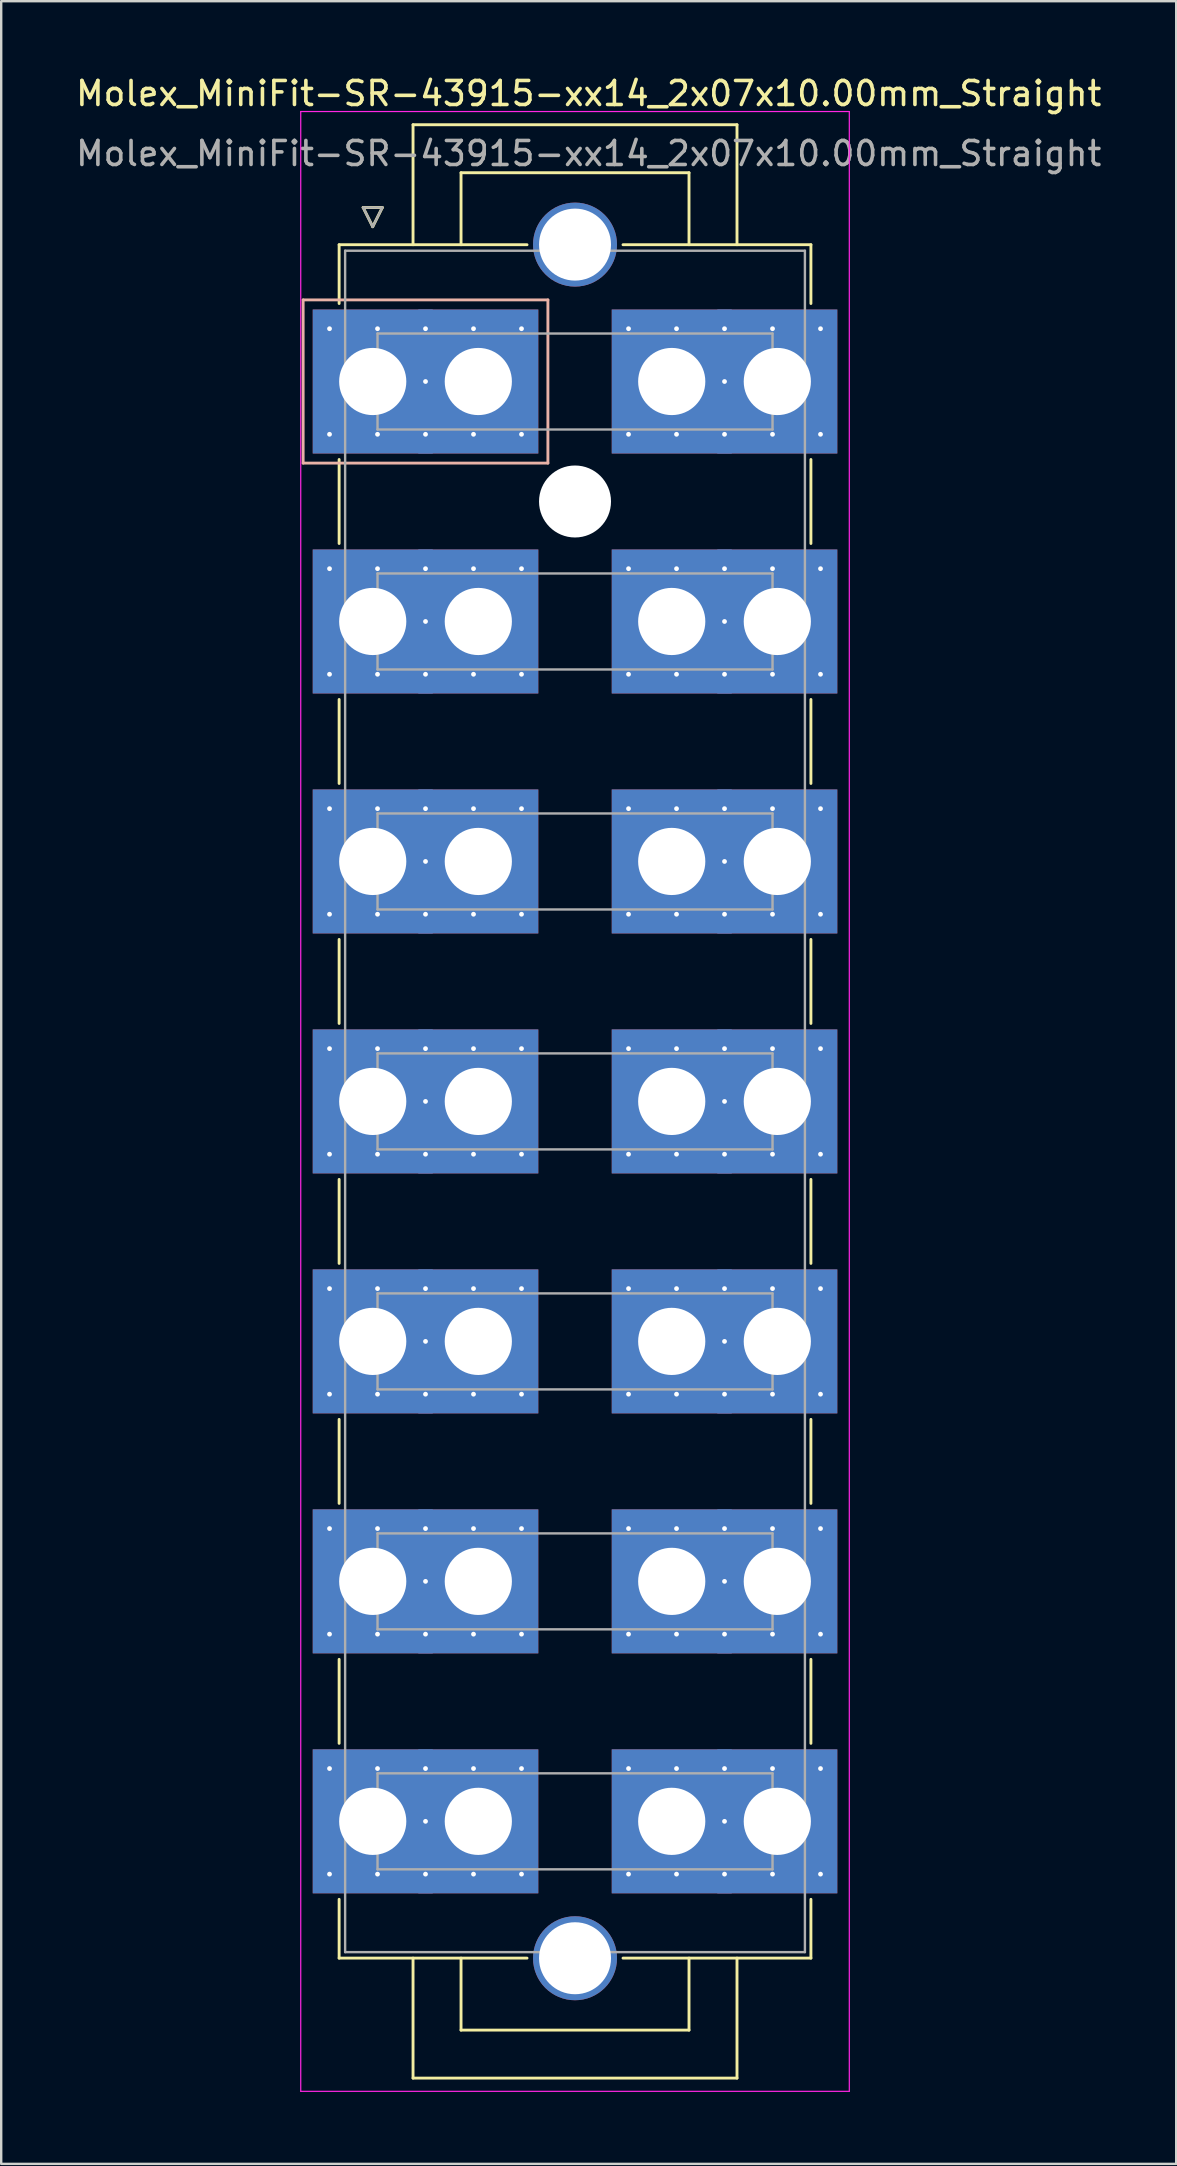
<source format=kicad_pcb>
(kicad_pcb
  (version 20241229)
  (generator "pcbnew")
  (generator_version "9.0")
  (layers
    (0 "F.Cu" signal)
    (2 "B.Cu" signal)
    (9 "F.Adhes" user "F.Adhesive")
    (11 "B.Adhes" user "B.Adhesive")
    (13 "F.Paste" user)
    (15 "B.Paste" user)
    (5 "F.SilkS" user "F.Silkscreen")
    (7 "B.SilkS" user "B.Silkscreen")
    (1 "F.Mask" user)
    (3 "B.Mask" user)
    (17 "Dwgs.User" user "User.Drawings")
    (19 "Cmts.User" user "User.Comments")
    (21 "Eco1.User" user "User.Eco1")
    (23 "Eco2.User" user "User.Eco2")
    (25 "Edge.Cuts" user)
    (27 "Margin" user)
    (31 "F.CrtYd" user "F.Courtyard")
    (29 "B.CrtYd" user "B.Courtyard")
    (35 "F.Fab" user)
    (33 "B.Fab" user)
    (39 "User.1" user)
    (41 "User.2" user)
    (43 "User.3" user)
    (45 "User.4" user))
  (footprint "Molex_MiniFit-SR-43915-xx14_2x07x10.00mm_Straight"
    (layer "F.Cu")
    (at 12.482 12.848)
    (property "Reference" "Molex_MiniFit-SR-43915-xx14_2x07x10.00mm_Straight" (at 9 -12 0) (layer "F.SilkS") (effects (font (size 1 1) (thickness 0.15))))
    (attr through_hole)
    (fp_line (start -1.4 -5.7) (end 6.43 -5.7) (stroke (width 0.12) (type solid)) (layer "F.SilkS"))
    (fp_line (start -1.4 -3.25) (end -1.4 -5.7) (stroke (width 0.12) (type solid)) (layer "F.SilkS"))
    (fp_line (start -1.4 3.25) (end -1.4 6.75) (stroke (width 0.12) (type solid)) (layer "F.SilkS"))
    (fp_line (start -1.4 13.25) (end -1.4 16.75) (stroke (width 0.12) (type solid)) (layer "F.SilkS"))
    (fp_line (start -1.4 23.25) (end -1.4 26.75) (stroke (width 0.12) (type solid)) (layer "F.SilkS"))
    (fp_line (start -1.4 33.25) (end -1.4 36.75) (stroke (width 0.12) (type solid)) (layer "F.SilkS"))
    (fp_line (start -1.4 43.25) (end -1.4 46.75) (stroke (width 0.12) (type solid)) (layer "F.SilkS"))
    (fp_line (start -1.4 53.25) (end -1.4 56.75) (stroke (width 0.12) (type solid)) (layer "F.SilkS"))
    (fp_line (start -1.4 63.25) (end -1.4 65.7) (stroke (width 0.12) (type solid)) (layer "F.SilkS"))
    (fp_line (start -1.4 65.7) (end 6.43 65.7) (stroke (width 0.12) (type solid)) (layer "F.SilkS"))
    (fp_line (start -0.4 -7.25) (end 0 -6.45) (stroke (width 0.12) (type solid)) (layer "F.SilkS"))
    (fp_line (start 0 -6.45) (end 0.4 -7.25) (stroke (width 0.12) (type solid)) (layer "F.SilkS"))
    (fp_line (start 0.4 -7.25) (end -0.4 -7.25) (stroke (width 0.12) (type solid)) (layer "F.SilkS"))
    (fp_line (start 1.68 -10.7) (end 1.68 -5.7) (stroke (width 0.12) (type solid)) (layer "F.SilkS"))
    (fp_line (start 1.68 70.7) (end 1.68 65.7) (stroke (width 0.12) (type solid)) (layer "F.SilkS"))
    (fp_line (start 3.68 -8.7) (end 3.68 -5.7) (stroke (width 0.12) (type solid)) (layer "F.SilkS"))
    (fp_line (start 3.68 68.7) (end 3.68 65.7) (stroke (width 0.12) (type solid)) (layer "F.SilkS"))
    (fp_line (start 13.18 -8.7) (end 3.68 -8.7) (stroke (width 0.12) (type solid)) (layer "F.SilkS"))
    (fp_line (start 13.18 -5.7) (end 13.18 -8.7) (stroke (width 0.12) (type solid)) (layer "F.SilkS"))
    (fp_line (start 13.18 65.7) (end 13.18 68.7) (stroke (width 0.12) (type solid)) (layer "F.SilkS"))
    (fp_line (start 13.18 68.7) (end 3.68 68.7) (stroke (width 0.12) (type solid)) (layer "F.SilkS"))
    (fp_line (start 15.18 -10.7) (end 1.68 -10.7) (stroke (width 0.12) (type solid)) (layer "F.SilkS"))
    (fp_line (start 15.18 -5.7) (end 15.18 -10.7) (stroke (width 0.12) (type solid)) (layer "F.SilkS"))
    (fp_line (start 15.18 65.7) (end 15.18 70.7) (stroke (width 0.12) (type solid)) (layer "F.SilkS"))
    (fp_line (start 15.18 70.7) (end 1.68 70.7) (stroke (width 0.12) (type solid)) (layer "F.SilkS"))
    (fp_line (start 18.26 -5.7) (end 10.43 -5.7) (stroke (width 0.12) (type solid)) (layer "F.SilkS"))
    (fp_line (start 18.26 -3.25) (end 18.26 -5.7) (stroke (width 0.12) (type solid)) (layer "F.SilkS"))
    (fp_line (start 18.26 3.25) (end 18.26 6.75) (stroke (width 0.12) (type solid)) (layer "F.SilkS"))
    (fp_line (start 18.26 13.25) (end 18.26 16.75) (stroke (width 0.12) (type solid)) (layer "F.SilkS"))
    (fp_line (start 18.26 23.25) (end 18.26 26.75) (stroke (width 0.12) (type solid)) (layer "F.SilkS"))
    (fp_line (start 18.26 33.25) (end 18.26 36.75) (stroke (width 0.12) (type solid)) (layer "F.SilkS"))
    (fp_line (start 18.26 43.25) (end 18.26 46.75) (stroke (width 0.12) (type solid)) (layer "F.SilkS"))
    (fp_line (start 18.26 53.25) (end 18.26 56.75) (stroke (width 0.12) (type solid)) (layer "F.SilkS"))
    (fp_line (start 18.26 63.25) (end 18.26 65.7) (stroke (width 0.12) (type solid)) (layer "F.SilkS"))
    (fp_line (start 18.26 65.7) (end 10.43 65.7) (stroke (width 0.12) (type solid)) (layer "F.SilkS"))
    (fp_line (start -2.9 -3.4) (end -2.9 3.4) (stroke (width 0.12) (type solid)) (layer "B.SilkS"))
    (fp_line (start -2.9 3.4) (end 7.3 3.4) (stroke (width 0.12) (type solid)) (layer "B.SilkS"))
    (fp_line (start 7.3 -3.4) (end -2.9 -3.4) (stroke (width 0.12) (type solid)) (layer "B.SilkS"))
    (fp_line (start 7.3 3.4) (end 7.3 -3.4) (stroke (width 0.12) (type solid)) (layer "B.SilkS"))
    (fp_line (start -3 -11.25) (end -3 71.25) (stroke (width 0.05) (type solid)) (layer "F.CrtYd"))
    (fp_line (start -3 71.25) (end 19.86 71.25) (stroke (width 0.05) (type solid)) (layer "F.CrtYd"))
    (fp_line (start 19.86 -11.25) (end -3 -11.25) (stroke (width 0.05) (type solid)) (layer "F.CrtYd"))
    (fp_line (start 19.86 71.25) (end 19.86 -11.25) (stroke (width 0.05) (type solid)) (layer "F.CrtYd"))
    (fp_line (start -1.15 -5.45) (end -1.15 65.45) (stroke (width 0.1) (type solid)) (layer "F.Fab"))
    (fp_line (start -1.15 65.45) (end 18.01 65.45) (stroke (width 0.1) (type solid)) (layer "F.Fab"))
    (fp_line (start -0.4 -7.25) (end 0 -6.45) (stroke (width 0.1) (type solid)) (layer "F.Fab"))
    (fp_line (start 0 -6.45) (end 0.4 -7.25) (stroke (width 0.1) (type solid)) (layer "F.Fab"))
    (fp_line (start 0.2 -2) (end 0.2 2) (stroke (width 0.1) (type solid)) (layer "F.Fab"))
    (fp_line (start 0.2 2) (end 16.66 2) (stroke (width 0.1) (type solid)) (layer "F.Fab"))
    (fp_line (start 0.2 8) (end 0.2 12) (stroke (width 0.1) (type solid)) (layer "F.Fab"))
    (fp_line (start 0.2 12) (end 16.66 12) (stroke (width 0.1) (type solid)) (layer "F.Fab"))
    (fp_line (start 0.2 18) (end 0.2 22) (stroke (width 0.1) (type solid)) (layer "F.Fab"))
    (fp_line (start 0.2 22) (end 16.66 22) (stroke (width 0.1) (type solid)) (layer "F.Fab"))
    (fp_line (start 0.2 28) (end 0.2 32) (stroke (width 0.1) (type solid)) (layer "F.Fab"))
    (fp_line (start 0.2 32) (end 16.66 32) (stroke (width 0.1) (type solid)) (layer "F.Fab"))
    (fp_line (start 0.2 38) (end 0.2 42) (stroke (width 0.1) (type solid)) (layer "F.Fab"))
    (fp_line (start 0.2 42) (end 16.66 42) (stroke (width 0.1) (type solid)) (layer "F.Fab"))
    (fp_line (start 0.2 48) (end 0.2 52) (stroke (width 0.1) (type solid)) (layer "F.Fab"))
    (fp_line (start 0.2 52) (end 16.66 52) (stroke (width 0.1) (type solid)) (layer "F.Fab"))
    (fp_line (start 0.2 58) (end 0.2 62) (stroke (width 0.1) (type solid)) (layer "F.Fab"))
    (fp_line (start 0.2 62) (end 16.66 62) (stroke (width 0.1) (type solid)) (layer "F.Fab"))
    (fp_line (start 0.4 -7.25) (end -0.4 -7.25) (stroke (width 0.1) (type solid)) (layer "F.Fab"))
    (fp_line (start 16.66 -2) (end 0.2 -2) (stroke (width 0.1) (type solid)) (layer "F.Fab"))
    (fp_line (start 16.66 2) (end 16.66 -2) (stroke (width 0.1) (type solid)) (layer "F.Fab"))
    (fp_line (start 16.66 8) (end 0.2 8) (stroke (width 0.1) (type solid)) (layer "F.Fab"))
    (fp_line (start 16.66 12) (end 16.66 8) (stroke (width 0.1) (type solid)) (layer "F.Fab"))
    (fp_line (start 16.66 18) (end 0.2 18) (stroke (width 0.1) (type solid)) (layer "F.Fab"))
    (fp_line (start 16.66 22) (end 16.66 18) (stroke (width 0.1) (type solid)) (layer "F.Fab"))
    (fp_line (start 16.66 28) (end 0.2 28) (stroke (width 0.1) (type solid)) (layer "F.Fab"))
    (fp_line (start 16.66 32) (end 16.66 28) (stroke (width 0.1) (type solid)) (layer "F.Fab"))
    (fp_line (start 16.66 38) (end 0.2 38) (stroke (width 0.1) (type solid)) (layer "F.Fab"))
    (fp_line (start 16.66 42) (end 16.66 38) (stroke (width 0.1) (type solid)) (layer "F.Fab"))
    (fp_line (start 16.66 48) (end 0.2 48) (stroke (width 0.1) (type solid)) (layer "F.Fab"))
    (fp_line (start 16.66 52) (end 16.66 48) (stroke (width 0.1) (type solid)) (layer "F.Fab"))
    (fp_line (start 16.66 58) (end 0.2 58) (stroke (width 0.1) (type solid)) (layer "F.Fab"))
    (fp_line (start 16.66 62) (end 16.66 58) (stroke (width 0.1) (type solid)) (layer "F.Fab"))
    (fp_line (start 18.01 -5.45) (end -1.15 -5.45) (stroke (width 0.1) (type solid)) (layer "F.Fab"))
    (fp_line (start 18.01 65.45) (end 18.01 -5.45) (stroke (width 0.1) (type solid)) (layer "F.Fab"))
    (fp_text user "${REFERENCE}" (at 9 -9.5 0) (layer "F.Fab") (effects (font (size 1 1) (thickness 0.15))))
    (pad "" thru_hole circle (at 2.2 0 270) (size 0.5 0.5) (drill 0.2) (layers "*.Cu" "*.Mask"))
    (pad "" thru_hole circle (at 2.2 10 270) (size 0.5 0.5) (drill 0.2) (layers "*.Cu" "*.Mask"))
    (pad "" thru_hole circle (at 2.2 20 270) (size 0.5 0.5) (drill 0.2) (layers "*.Cu" "*.Mask"))
    (pad "" thru_hole circle (at 2.2 30 270) (size 0.5 0.5) (drill 0.2) (layers "*.Cu" "*.Mask"))
    (pad "" thru_hole circle (at 2.2 40 270) (size 0.5 0.5) (drill 0.2) (layers "*.Cu" "*.Mask"))
    (pad "" thru_hole circle (at 2.2 50 270) (size 0.5 0.5) (drill 0.2) (layers "*.Cu" "*.Mask"))
    (pad "" thru_hole circle (at 2.2 60 270) (size 0.5 0.5) (drill 0.2) (layers "*.Cu" "*.Mask"))
    (pad "" thru_hole circle (at 8.43 -5.705 270) (size 3.5 3.5) (drill 3) (layers "*.Cu" "*.Mask"))
    (pad "" np_thru_hole circle (at 8.43 5 270) (size 3 3) (drill 3) (layers "*.Cu" "*.Mask"))
    (pad "" thru_hole circle (at 8.43 65.705 270) (size 3.5 3.5) (drill 3) (layers "*.Cu" "*.Mask"))
    (pad "" thru_hole circle (at 14.66 0 270) (size 0.5 0.5) (drill 0.2) (layers "*.Cu" "*.Mask"))
    (pad "" thru_hole circle (at 14.66 10 270) (size 0.5 0.5) (drill 0.2) (layers "*.Cu" "*.Mask"))
    (pad "" thru_hole circle (at 14.66 20 270) (size 0.5 0.5) (drill 0.2) (layers "*.Cu" "*.Mask"))
    (pad "" thru_hole circle (at 14.66 30 270) (size 0.5 0.5) (drill 0.2) (layers "*.Cu" "*.Mask"))
    (pad "" thru_hole circle (at 14.66 40 270) (size 0.5 0.5) (drill 0.2) (layers "*.Cu" "*.Mask"))
    (pad "" thru_hole circle (at 14.66 50 270) (size 0.5 0.5) (drill 0.2) (layers "*.Cu" "*.Mask"))
    (pad "" thru_hole circle (at 14.66 60 270) (size 0.5 0.5) (drill 0.2) (layers "*.Cu" "*.Mask"))
    (pad "1" thru_hole rect (at -1.8 -2.2 270) (size 0.5 0.5) (drill 0.2) (layers "*.Cu" "*.Mask"))
    (pad "1" thru_hole rect (at -1.8 2.2 270) (size 0.5 0.5) (drill 0.2) (layers "*.Cu" "*.Mask"))
    (pad "1" thru_hole rect (at 0 0 270) (size 6 5) (drill 2.8) (layers "*.Cu" "*.Mask"))
    (pad "1" thru_hole rect (at 0.2 -2.2 270) (size 0.5 0.5) (drill 0.2) (layers "*.Cu" "*.Mask"))
    (pad "1" thru_hole rect (at 0.2 2.2 270) (size 0.5 0.5) (drill 0.2) (layers "*.Cu" "*.Mask"))
    (pad "1" thru_hole rect (at 2.2 -2.2 270) (size 0.5 0.5) (drill 0.2) (layers "*.Cu" "*.Mask"))
    (pad "1" thru_hole rect (at 2.2 2.2 270) (size 0.5 0.5) (drill 0.2) (layers "*.Cu" "*.Mask"))
    (pad "1" thru_hole rect (at 4.2 -2.2 270) (size 0.5 0.5) (drill 0.2) (layers "*.Cu" "*.Mask"))
    (pad "1" thru_hole rect (at 4.2 2.2 270) (size 0.5 0.5) (drill 0.2) (layers "*.Cu" "*.Mask"))
    (pad "1" thru_hole rect (at 4.4 0 270) (size 6 5) (drill 2.8) (layers "*.Cu" "*.Mask"))
    (pad "1" thru_hole rect (at 6.2 -2.2 270) (size 0.5 0.5) (drill 0.2) (layers "*.Cu" "*.Mask"))
    (pad "1" thru_hole rect (at 6.2 2.2 270) (size 0.5 0.5) (drill 0.2) (layers "*.Cu" "*.Mask"))
    (pad "2" thru_hole circle (at 10.66 -2.2 270) (size 0.5 0.5) (drill 0.2) (layers "*.Cu" "*.Mask"))
    (pad "2" thru_hole circle (at 10.66 2.2 270) (size 0.5 0.5) (drill 0.2) (layers "*.Cu" "*.Mask"))
    (pad "2" thru_hole rect (at 12.46 0 270) (size 6 5) (drill 2.8) (layers "*.Cu" "*.Mask"))
    (pad "2" thru_hole circle (at 12.66 -2.2 270) (size 0.5 0.5) (drill 0.2) (layers "*.Cu" "*.Mask"))
    (pad "2" thru_hole circle (at 12.66 2.2 270) (size 0.5 0.5) (drill 0.2) (layers "*.Cu" "*.Mask"))
    (pad "2" thru_hole circle (at 14.66 -2.2 270) (size 0.5 0.5) (drill 0.2) (layers "*.Cu" "*.Mask"))
    (pad "2" thru_hole circle (at 14.66 2.2 270) (size 0.5 0.5) (drill 0.2) (layers "*.Cu" "*.Mask"))
    (pad "2" thru_hole circle (at 16.66 -2.2 270) (size 0.5 0.5) (drill 0.2) (layers "*.Cu" "*.Mask"))
    (pad "2" thru_hole circle (at 16.66 2.2 270) (size 0.5 0.5) (drill 0.2) (layers "*.Cu" "*.Mask"))
    (pad "2" thru_hole rect (at 16.86 0 270) (size 6 5) (drill 2.8) (layers "*.Cu" "*.Mask"))
    (pad "2" thru_hole circle (at 18.66 -2.2 270) (size 0.5 0.5) (drill 0.2) (layers "*.Cu" "*.Mask"))
    (pad "2" thru_hole circle (at 18.66 2.2 270) (size 0.5 0.5) (drill 0.2) (layers "*.Cu" "*.Mask"))
    (pad "3" thru_hole circle (at -1.8 7.8 270) (size 0.5 0.5) (drill 0.2) (layers "*.Cu" "*.Mask"))
    (pad "3" thru_hole circle (at -1.8 12.2 270) (size 0.5 0.5) (drill 0.2) (layers "*.Cu" "*.Mask"))
    (pad "3" thru_hole rect (at 0 10 270) (size 6 5) (drill 2.8) (layers "*.Cu" "*.Mask"))
    (pad "3" thru_hole circle (at 0.2 7.8 270) (size 0.5 0.5) (drill 0.2) (layers "*.Cu" "*.Mask"))
    (pad "3" thru_hole circle (at 0.2 12.2 270) (size 0.5 0.5) (drill 0.2) (layers "*.Cu" "*.Mask"))
    (pad "3" thru_hole circle (at 2.2 7.8 270) (size 0.5 0.5) (drill 0.2) (layers "*.Cu" "*.Mask"))
    (pad "3" thru_hole circle (at 2.2 12.2 270) (size 0.5 0.5) (drill 0.2) (layers "*.Cu" "*.Mask"))
    (pad "3" thru_hole circle (at 4.2 7.8 270) (size 0.5 0.5) (drill 0.2) (layers "*.Cu" "*.Mask"))
    (pad "3" thru_hole circle (at 4.2 12.2 270) (size 0.5 0.5) (drill 0.2) (layers "*.Cu" "*.Mask"))
    (pad "3" thru_hole rect (at 4.4 10 270) (size 6 5) (drill 2.8) (layers "*.Cu" "*.Mask"))
    (pad "3" thru_hole circle (at 6.2 7.8 270) (size 0.5 0.5) (drill 0.2) (layers "*.Cu" "*.Mask"))
    (pad "3" thru_hole circle (at 6.2 12.2 270) (size 0.5 0.5) (drill 0.2) (layers "*.Cu" "*.Mask"))
    (pad "4" thru_hole circle (at 10.66 7.8 270) (size 0.5 0.5) (drill 0.2) (layers "*.Cu" "*.Mask"))
    (pad "4" thru_hole circle (at 10.66 12.2 270) (size 0.5 0.5) (drill 0.2) (layers "*.Cu" "*.Mask"))
    (pad "4" thru_hole rect (at 12.46 10 270) (size 6 5) (drill 2.8) (layers "*.Cu" "*.Mask"))
    (pad "4" thru_hole circle (at 12.66 7.8 270) (size 0.5 0.5) (drill 0.2) (layers "*.Cu" "*.Mask"))
    (pad "4" thru_hole circle (at 12.66 12.2 270) (size 0.5 0.5) (drill 0.2) (layers "*.Cu" "*.Mask"))
    (pad "4" thru_hole circle (at 14.66 7.8 270) (size 0.5 0.5) (drill 0.2) (layers "*.Cu" "*.Mask"))
    (pad "4" thru_hole circle (at 14.66 12.2 270) (size 0.5 0.5) (drill 0.2) (layers "*.Cu" "*.Mask"))
    (pad "4" thru_hole circle (at 16.66 7.8 270) (size 0.5 0.5) (drill 0.2) (layers "*.Cu" "*.Mask"))
    (pad "4" thru_hole circle (at 16.66 12.2 270) (size 0.5 0.5) (drill 0.2) (layers "*.Cu" "*.Mask"))
    (pad "4" thru_hole rect (at 16.86 10 270) (size 6 5) (drill 2.8) (layers "*.Cu" "*.Mask"))
    (pad "4" thru_hole circle (at 18.66 7.8 270) (size 0.5 0.5) (drill 0.2) (layers "*.Cu" "*.Mask"))
    (pad "4" thru_hole circle (at 18.66 12.2 270) (size 0.5 0.5) (drill 0.2) (layers "*.Cu" "*.Mask"))
    (pad "5" thru_hole circle (at -1.8 17.8 270) (size 0.5 0.5) (drill 0.2) (layers "*.Cu" "*.Mask"))
    (pad "5" thru_hole circle (at -1.8 22.2 270) (size 0.5 0.5) (drill 0.2) (layers "*.Cu" "*.Mask"))
    (pad "5" thru_hole rect (at 0 20 270) (size 6 5) (drill 2.8) (layers "*.Cu" "*.Mask"))
    (pad "5" thru_hole circle (at 0.2 17.8 270) (size 0.5 0.5) (drill 0.2) (layers "*.Cu" "*.Mask"))
    (pad "5" thru_hole circle (at 0.2 22.2 270) (size 0.5 0.5) (drill 0.2) (layers "*.Cu" "*.Mask"))
    (pad "5" thru_hole circle (at 2.2 17.8 270) (size 0.5 0.5) (drill 0.2) (layers "*.Cu" "*.Mask"))
    (pad "5" thru_hole circle (at 2.2 22.2 270) (size 0.5 0.5) (drill 0.2) (layers "*.Cu" "*.Mask"))
    (pad "5" thru_hole circle (at 4.2 17.8 270) (size 0.5 0.5) (drill 0.2) (layers "*.Cu" "*.Mask"))
    (pad "5" thru_hole circle (at 4.2 22.2 270) (size 0.5 0.5) (drill 0.2) (layers "*.Cu" "*.Mask"))
    (pad "5" thru_hole rect (at 4.4 20 270) (size 6 5) (drill 2.8) (layers "*.Cu" "*.Mask"))
    (pad "5" thru_hole circle (at 6.2 17.8 270) (size 0.5 0.5) (drill 0.2) (layers "*.Cu" "*.Mask"))
    (pad "5" thru_hole circle (at 6.2 22.2 270) (size 0.5 0.5) (drill 0.2) (layers "*.Cu" "*.Mask"))
    (pad "6" thru_hole circle (at 10.66 17.8 270) (size 0.5 0.5) (drill 0.2) (layers "*.Cu" "*.Mask"))
    (pad "6" thru_hole circle (at 10.66 22.2 270) (size 0.5 0.5) (drill 0.2) (layers "*.Cu" "*.Mask"))
    (pad "6" thru_hole rect (at 12.46 20 270) (size 6 5) (drill 2.8) (layers "*.Cu" "*.Mask"))
    (pad "6" thru_hole circle (at 12.66 17.8 270) (size 0.5 0.5) (drill 0.2) (layers "*.Cu" "*.Mask"))
    (pad "6" thru_hole circle (at 12.66 22.2 270) (size 0.5 0.5) (drill 0.2) (layers "*.Cu" "*.Mask"))
    (pad "6" thru_hole circle (at 14.66 17.8 270) (size 0.5 0.5) (drill 0.2) (layers "*.Cu" "*.Mask"))
    (pad "6" thru_hole circle (at 14.66 22.2 270) (size 0.5 0.5) (drill 0.2) (layers "*.Cu" "*.Mask"))
    (pad "6" thru_hole circle (at 16.66 17.8 270) (size 0.5 0.5) (drill 0.2) (layers "*.Cu" "*.Mask"))
    (pad "6" thru_hole circle (at 16.66 22.2 270) (size 0.5 0.5) (drill 0.2) (layers "*.Cu" "*.Mask"))
    (pad "6" thru_hole rect (at 16.86 20 270) (size 6 5) (drill 2.8) (layers "*.Cu" "*.Mask"))
    (pad "6" thru_hole circle (at 18.66 17.8 270) (size 0.5 0.5) (drill 0.2) (layers "*.Cu" "*.Mask"))
    (pad "6" thru_hole circle (at 18.66 22.2 270) (size 0.5 0.5) (drill 0.2) (layers "*.Cu" "*.Mask"))
    (pad "7" thru_hole circle (at -1.8 27.8 270) (size 0.5 0.5) (drill 0.2) (layers "*.Cu" "*.Mask"))
    (pad "7" thru_hole circle (at -1.8 32.2 270) (size 0.5 0.5) (drill 0.2) (layers "*.Cu" "*.Mask"))
    (pad "7" thru_hole rect (at 0 30 270) (size 6 5) (drill 2.8) (layers "*.Cu" "*.Mask"))
    (pad "7" thru_hole circle (at 0.2 27.8 270) (size 0.5 0.5) (drill 0.2) (layers "*.Cu" "*.Mask"))
    (pad "7" thru_hole circle (at 0.2 32.2 270) (size 0.5 0.5) (drill 0.2) (layers "*.Cu" "*.Mask"))
    (pad "7" thru_hole circle (at 2.2 27.8 270) (size 0.5 0.5) (drill 0.2) (layers "*.Cu" "*.Mask"))
    (pad "7" thru_hole circle (at 2.2 32.2 270) (size 0.5 0.5) (drill 0.2) (layers "*.Cu" "*.Mask"))
    (pad "7" thru_hole circle (at 4.2 27.8 270) (size 0.5 0.5) (drill 0.2) (layers "*.Cu" "*.Mask"))
    (pad "7" thru_hole circle (at 4.2 32.2 270) (size 0.5 0.5) (drill 0.2) (layers "*.Cu" "*.Mask"))
    (pad "7" thru_hole rect (at 4.4 30 270) (size 6 5) (drill 2.8) (layers "*.Cu" "*.Mask"))
    (pad "7" thru_hole circle (at 6.2 27.8 270) (size 0.5 0.5) (drill 0.2) (layers "*.Cu" "*.Mask"))
    (pad "7" thru_hole circle (at 6.2 32.2 270) (size 0.5 0.5) (drill 0.2) (layers "*.Cu" "*.Mask"))
    (pad "8" thru_hole circle (at 10.66 27.8 270) (size 0.5 0.5) (drill 0.2) (layers "*.Cu" "*.Mask"))
    (pad "8" thru_hole circle (at 10.66 32.2 270) (size 0.5 0.5) (drill 0.2) (layers "*.Cu" "*.Mask"))
    (pad "8" thru_hole rect (at 12.46 30 270) (size 6 5) (drill 2.8) (layers "*.Cu" "*.Mask"))
    (pad "8" thru_hole circle (at 12.66 27.8 270) (size 0.5 0.5) (drill 0.2) (layers "*.Cu" "*.Mask"))
    (pad "8" thru_hole circle (at 12.66 32.2 270) (size 0.5 0.5) (drill 0.2) (layers "*.Cu" "*.Mask"))
    (pad "8" thru_hole circle (at 14.66 27.8 270) (size 0.5 0.5) (drill 0.2) (layers "*.Cu" "*.Mask"))
    (pad "8" thru_hole circle (at 14.66 32.2 270) (size 0.5 0.5) (drill 0.2) (layers "*.Cu" "*.Mask"))
    (pad "8" thru_hole circle (at 16.66 27.8 270) (size 0.5 0.5) (drill 0.2) (layers "*.Cu" "*.Mask"))
    (pad "8" thru_hole circle (at 16.66 32.2 270) (size 0.5 0.5) (drill 0.2) (layers "*.Cu" "*.Mask"))
    (pad "8" thru_hole rect (at 16.86 30 270) (size 6 5) (drill 2.8) (layers "*.Cu" "*.Mask"))
    (pad "8" thru_hole circle (at 18.66 27.8 270) (size 0.5 0.5) (drill 0.2) (layers "*.Cu" "*.Mask"))
    (pad "8" thru_hole circle (at 18.66 32.2 270) (size 0.5 0.5) (drill 0.2) (layers "*.Cu" "*.Mask"))
    (pad "9" thru_hole circle (at -1.8 37.8 270) (size 0.5 0.5) (drill 0.2) (layers "*.Cu" "*.Mask"))
    (pad "9" thru_hole circle (at -1.8 42.2 270) (size 0.5 0.5) (drill 0.2) (layers "*.Cu" "*.Mask"))
    (pad "9" thru_hole rect (at 0 40 270) (size 6 5) (drill 2.8) (layers "*.Cu" "*.Mask"))
    (pad "9" thru_hole circle (at 0.2 37.8 270) (size 0.5 0.5) (drill 0.2) (layers "*.Cu" "*.Mask"))
    (pad "9" thru_hole circle (at 0.2 42.2 270) (size 0.5 0.5) (drill 0.2) (layers "*.Cu" "*.Mask"))
    (pad "9" thru_hole circle (at 2.2 37.8 270) (size 0.5 0.5) (drill 0.2) (layers "*.Cu" "*.Mask"))
    (pad "9" thru_hole circle (at 2.2 42.2 270) (size 0.5 0.5) (drill 0.2) (layers "*.Cu" "*.Mask"))
    (pad "9" thru_hole circle (at 4.2 37.8 270) (size 0.5 0.5) (drill 0.2) (layers "*.Cu" "*.Mask"))
    (pad "9" thru_hole circle (at 4.2 42.2 270) (size 0.5 0.5) (drill 0.2) (layers "*.Cu" "*.Mask"))
    (pad "9" thru_hole rect (at 4.4 40 270) (size 6 5) (drill 2.8) (layers "*.Cu" "*.Mask"))
    (pad "9" thru_hole circle (at 6.2 37.8 270) (size 0.5 0.5) (drill 0.2) (layers "*.Cu" "*.Mask"))
    (pad "9" thru_hole circle (at 6.2 42.2 270) (size 0.5 0.5) (drill 0.2) (layers "*.Cu" "*.Mask"))
    (pad "10" thru_hole circle (at 10.66 37.8 270) (size 0.5 0.5) (drill 0.2) (layers "*.Cu" "*.Mask"))
    (pad "10" thru_hole circle (at 10.66 42.2 270) (size 0.5 0.5) (drill 0.2) (layers "*.Cu" "*.Mask"))
    (pad "10" thru_hole rect (at 12.46 40 270) (size 6 5) (drill 2.8) (layers "*.Cu" "*.Mask"))
    (pad "10" thru_hole circle (at 12.66 37.8 270) (size 0.5 0.5) (drill 0.2) (layers "*.Cu" "*.Mask"))
    (pad "10" thru_hole circle (at 12.66 42.2 270) (size 0.5 0.5) (drill 0.2) (layers "*.Cu" "*.Mask"))
    (pad "10" thru_hole circle (at 14.66 37.8 270) (size 0.5 0.5) (drill 0.2) (layers "*.Cu" "*.Mask"))
    (pad "10" thru_hole circle (at 14.66 42.2 270) (size 0.5 0.5) (drill 0.2) (layers "*.Cu" "*.Mask"))
    (pad "10" thru_hole circle (at 16.66 37.8 270) (size 0.5 0.5) (drill 0.2) (layers "*.Cu" "*.Mask"))
    (pad "10" thru_hole circle (at 16.66 42.2 270) (size 0.5 0.5) (drill 0.2) (layers "*.Cu" "*.Mask"))
    (pad "10" thru_hole rect (at 16.86 40 270) (size 6 5) (drill 2.8) (layers "*.Cu" "*.Mask"))
    (pad "10" thru_hole circle (at 18.66 37.8 270) (size 0.5 0.5) (drill 0.2) (layers "*.Cu" "*.Mask"))
    (pad "10" thru_hole circle (at 18.66 42.2 270) (size 0.5 0.5) (drill 0.2) (layers "*.Cu" "*.Mask"))
    (pad "11" thru_hole circle (at -1.8 47.8 270) (size 0.5 0.5) (drill 0.2) (layers "*.Cu" "*.Mask"))
    (pad "11" thru_hole circle (at -1.8 52.2 270) (size 0.5 0.5) (drill 0.2) (layers "*.Cu" "*.Mask"))
    (pad "11" thru_hole rect (at 0 50 270) (size 6 5) (drill 2.8) (layers "*.Cu" "*.Mask"))
    (pad "11" thru_hole circle (at 0.2 47.8 270) (size 0.5 0.5) (drill 0.2) (layers "*.Cu" "*.Mask"))
    (pad "11" thru_hole circle (at 0.2 52.2 270) (size 0.5 0.5) (drill 0.2) (layers "*.Cu" "*.Mask"))
    (pad "11" thru_hole circle (at 2.2 47.8 270) (size 0.5 0.5) (drill 0.2) (layers "*.Cu" "*.Mask"))
    (pad "11" thru_hole circle (at 2.2 52.2 270) (size 0.5 0.5) (drill 0.2) (layers "*.Cu" "*.Mask"))
    (pad "11" thru_hole circle (at 4.2 47.8 270) (size 0.5 0.5) (drill 0.2) (layers "*.Cu" "*.Mask"))
    (pad "11" thru_hole circle (at 4.2 52.2 270) (size 0.5 0.5) (drill 0.2) (layers "*.Cu" "*.Mask"))
    (pad "11" thru_hole rect (at 4.4 50 270) (size 6 5) (drill 2.8) (layers "*.Cu" "*.Mask"))
    (pad "11" thru_hole circle (at 6.2 47.8 270) (size 0.5 0.5) (drill 0.2) (layers "*.Cu" "*.Mask"))
    (pad "11" thru_hole circle (at 6.2 52.2 270) (size 0.5 0.5) (drill 0.2) (layers "*.Cu" "*.Mask"))
    (pad "12" thru_hole circle (at 10.66 47.8 270) (size 0.5 0.5) (drill 0.2) (layers "*.Cu" "*.Mask"))
    (pad "12" thru_hole circle (at 10.66 52.2 270) (size 0.5 0.5) (drill 0.2) (layers "*.Cu" "*.Mask"))
    (pad "12" thru_hole rect (at 12.46 50 270) (size 6 5) (drill 2.8) (layers "*.Cu" "*.Mask"))
    (pad "12" thru_hole circle (at 12.66 47.8 270) (size 0.5 0.5) (drill 0.2) (layers "*.Cu" "*.Mask"))
    (pad "12" thru_hole circle (at 12.66 52.2 270) (size 0.5 0.5) (drill 0.2) (layers "*.Cu" "*.Mask"))
    (pad "12" thru_hole circle (at 14.66 47.8 270) (size 0.5 0.5) (drill 0.2) (layers "*.Cu" "*.Mask"))
    (pad "12" thru_hole circle (at 14.66 52.2 270) (size 0.5 0.5) (drill 0.2) (layers "*.Cu" "*.Mask"))
    (pad "12" thru_hole circle (at 16.66 47.8 270) (size 0.5 0.5) (drill 0.2) (layers "*.Cu" "*.Mask"))
    (pad "12" thru_hole circle (at 16.66 52.2 270) (size 0.5 0.5) (drill 0.2) (layers "*.Cu" "*.Mask"))
    (pad "12" thru_hole rect (at 16.86 50 270) (size 6 5) (drill 2.8) (layers "*.Cu" "*.Mask"))
    (pad "12" thru_hole circle (at 18.66 47.8 270) (size 0.5 0.5) (drill 0.2) (layers "*.Cu" "*.Mask"))
    (pad "12" thru_hole circle (at 18.66 52.2 270) (size 0.5 0.5) (drill 0.2) (layers "*.Cu" "*.Mask"))
    (pad "13" thru_hole circle (at -1.8 57.8 270) (size 0.5 0.5) (drill 0.2) (layers "*.Cu" "*.Mask"))
    (pad "13" thru_hole circle (at -1.8 62.2 270) (size 0.5 0.5) (drill 0.2) (layers "*.Cu" "*.Mask"))
    (pad "13" thru_hole rect (at 0 60 270) (size 6 5) (drill 2.8) (layers "*.Cu" "*.Mask"))
    (pad "13" thru_hole circle (at 0.2 57.8 270) (size 0.5 0.5) (drill 0.2) (layers "*.Cu" "*.Mask"))
    (pad "13" thru_hole circle (at 0.2 62.2 270) (size 0.5 0.5) (drill 0.2) (layers "*.Cu" "*.Mask"))
    (pad "13" thru_hole circle (at 2.2 57.8 270) (size 0.5 0.5) (drill 0.2) (layers "*.Cu" "*.Mask"))
    (pad "13" thru_hole circle (at 2.2 62.2 270) (size 0.5 0.5) (drill 0.2) (layers "*.Cu" "*.Mask"))
    (pad "13" thru_hole circle (at 4.2 57.8 270) (size 0.5 0.5) (drill 0.2) (layers "*.Cu" "*.Mask"))
    (pad "13" thru_hole circle (at 4.2 62.2 270) (size 0.5 0.5) (drill 0.2) (layers "*.Cu" "*.Mask"))
    (pad "13" thru_hole rect (at 4.4 60 270) (size 6 5) (drill 2.8) (layers "*.Cu" "*.Mask"))
    (pad "13" thru_hole circle (at 6.2 57.8 270) (size 0.5 0.5) (drill 0.2) (layers "*.Cu" "*.Mask"))
    (pad "13" thru_hole circle (at 6.2 62.2 270) (size 0.5 0.5) (drill 0.2) (layers "*.Cu" "*.Mask"))
    (pad "14" thru_hole circle (at 10.66 57.8 270) (size 0.5 0.5) (drill 0.2) (layers "*.Cu" "*.Mask"))
    (pad "14" thru_hole circle (at 10.66 62.2 270) (size 0.5 0.5) (drill 0.2) (layers "*.Cu" "*.Mask"))
    (pad "14" thru_hole rect (at 12.46 60 270) (size 6 5) (drill 2.8) (layers "*.Cu" "*.Mask"))
    (pad "14" thru_hole circle (at 12.66 57.8 270) (size 0.5 0.5) (drill 0.2) (layers "*.Cu" "*.Mask"))
    (pad "14" thru_hole circle (at 12.66 62.2 270) (size 0.5 0.5) (drill 0.2) (layers "*.Cu" "*.Mask"))
    (pad "14" thru_hole circle (at 14.66 57.8 270) (size 0.5 0.5) (drill 0.2) (layers "*.Cu" "*.Mask"))
    (pad "14" thru_hole circle (at 14.66 62.2 270) (size 0.5 0.5) (drill 0.2) (layers "*.Cu" "*.Mask"))
    (pad "14" thru_hole circle (at 16.66 57.8 270) (size 0.5 0.5) (drill 0.2) (layers "*.Cu" "*.Mask"))
    (pad "14" thru_hole circle (at 16.66 62.2 270) (size 0.5 0.5) (drill 0.2) (layers "*.Cu" "*.Mask"))
    (pad "14" thru_hole rect (at 16.86 60 270) (size 6 5) (drill 2.8) (layers "*.Cu" "*.Mask"))
    (pad "14" thru_hole circle (at 18.66 57.8 270) (size 0.5 0.5) (drill 0.2) (layers "*.Cu" "*.Mask"))
    (pad "14" thru_hole circle (at 18.66 62.2 270) (size 0.5 0.5) (drill 0.2) (layers "*.Cu" "*.Mask")))
  (gr_rect
    (start -3 -3)
    (end 45.964 87.123)
    (stroke (width 0.1) (type default))
    (fill no)
    (layer "Edge.Cuts")))
</source>
